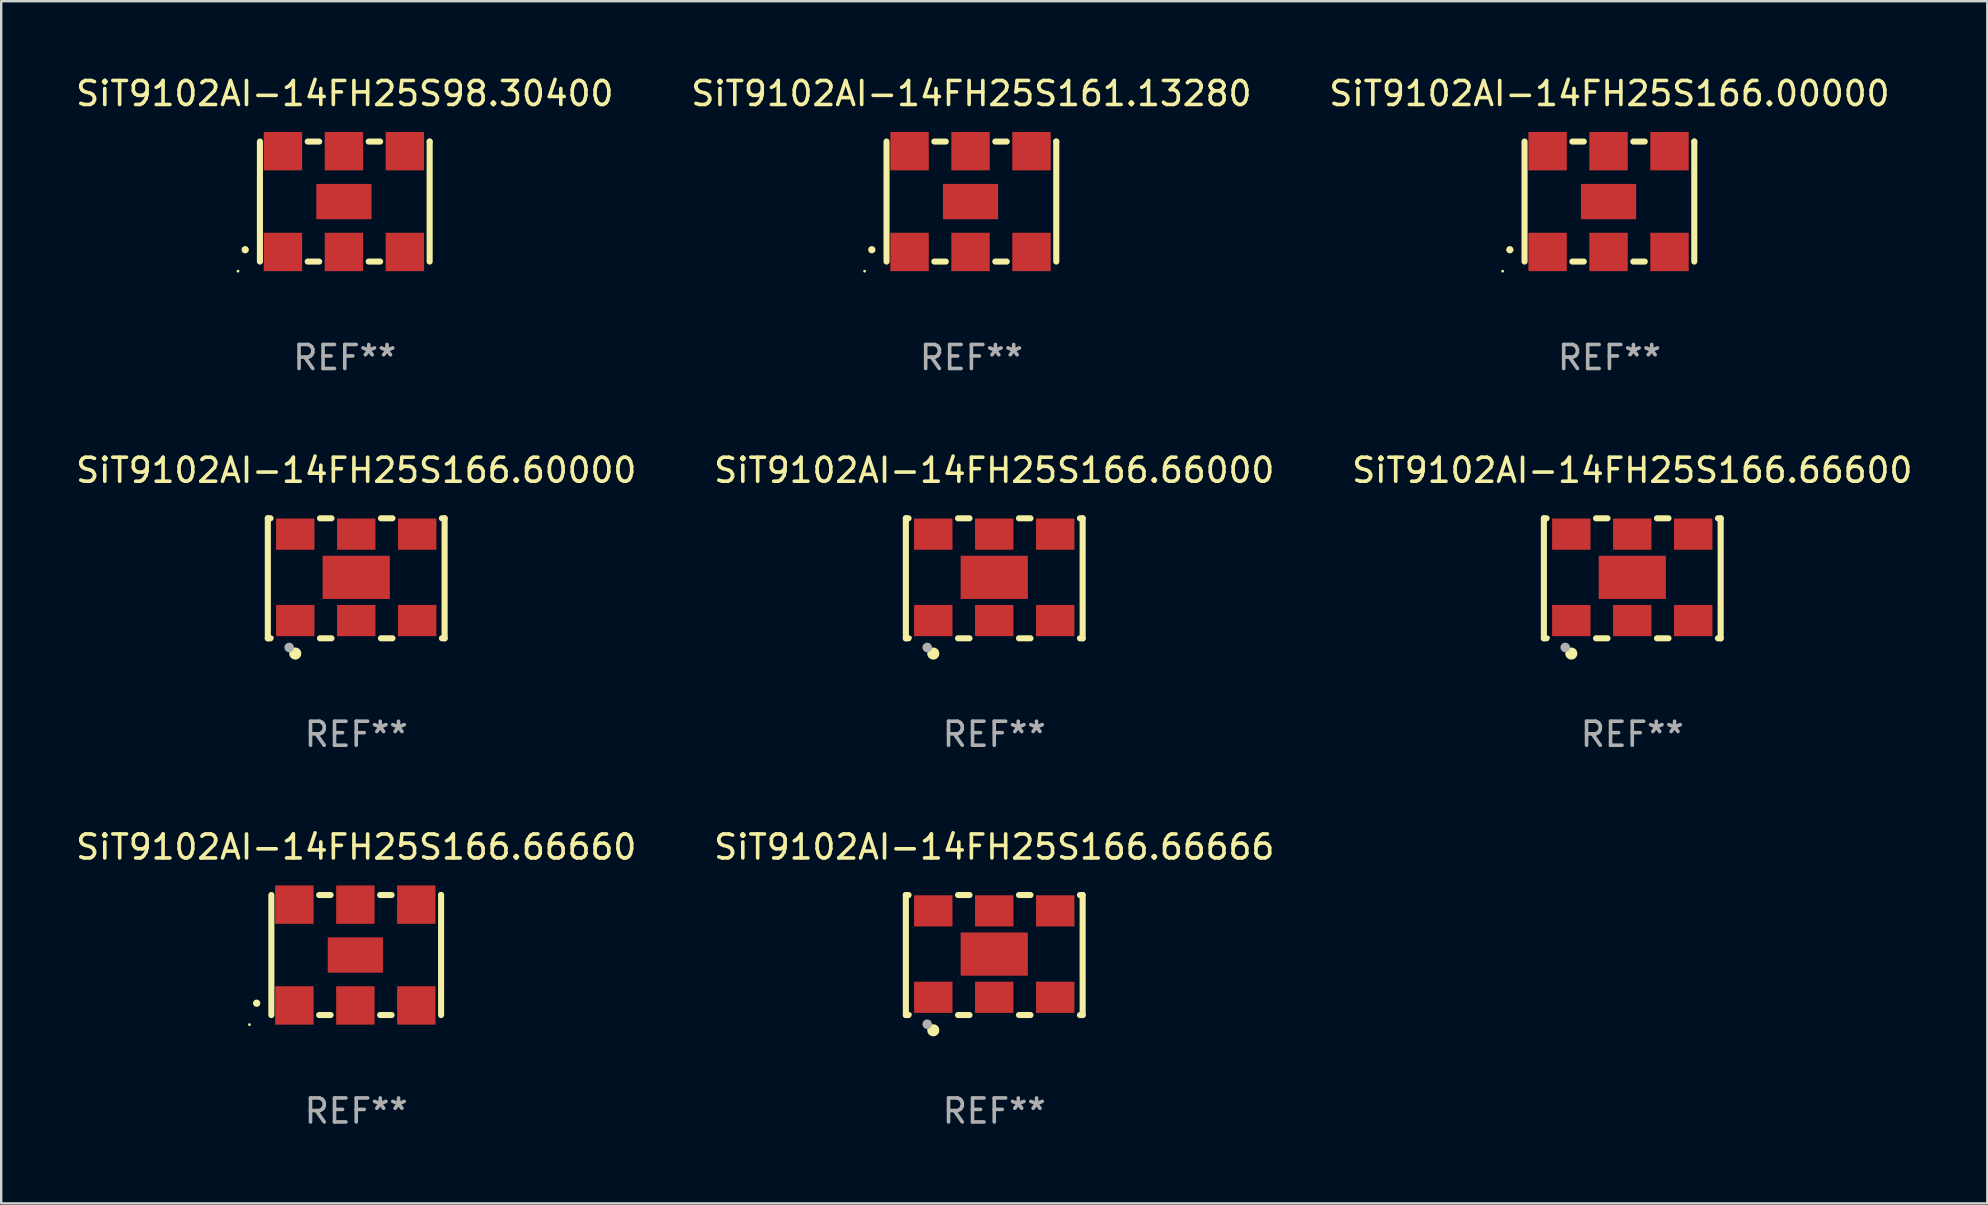
<source format=kicad_pcb>
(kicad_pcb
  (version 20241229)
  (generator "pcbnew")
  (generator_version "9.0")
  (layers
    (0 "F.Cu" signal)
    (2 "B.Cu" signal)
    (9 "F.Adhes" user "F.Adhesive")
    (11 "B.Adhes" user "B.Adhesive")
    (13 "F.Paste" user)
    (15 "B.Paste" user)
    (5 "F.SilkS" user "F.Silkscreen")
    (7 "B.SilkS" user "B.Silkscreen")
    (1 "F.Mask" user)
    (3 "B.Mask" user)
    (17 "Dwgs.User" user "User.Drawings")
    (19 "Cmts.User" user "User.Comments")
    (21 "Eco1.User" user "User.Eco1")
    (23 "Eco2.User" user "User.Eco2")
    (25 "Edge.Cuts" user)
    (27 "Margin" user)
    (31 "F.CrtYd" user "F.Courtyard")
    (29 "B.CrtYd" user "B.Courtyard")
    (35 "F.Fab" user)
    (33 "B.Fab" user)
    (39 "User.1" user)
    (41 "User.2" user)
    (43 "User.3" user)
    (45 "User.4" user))
  (footprint "SiT9102AI-14FH25S166.00000"
    (layer "F.Cu")
    (at 64.006 5.348)
    (property "Reference" "SiT9102AI-14FH25S166.00000" (at 0 -4.5 0) (layer "F.SilkS") (effects (font (size 1 1) (thickness 0.15))))
    (attr through_hole)
    (fp_line (start -3.536 -2.5) (end -3.536 2.5) (stroke (width 0.254) (type solid)) (layer "F.SilkS"))
    (fp_line (start -1.544 2.5) (end -1.067 2.5) (stroke (width 0.254) (type solid)) (layer "F.SilkS"))
    (fp_line (start -1.067 -2.5) (end -1.544 -2.5) (stroke (width 0.254) (type solid)) (layer "F.SilkS"))
    (fp_line (start 0.996 2.5) (end 1.473 2.5) (stroke (width 0.254) (type solid)) (layer "F.SilkS"))
    (fp_line (start 1.473 -2.5) (end 0.996 -2.5) (stroke (width 0.254) (type solid)) (layer "F.SilkS"))
    (fp_line (start 3.536 -2.5) (end 3.536 -2.5) (stroke (width 0.254) (type solid)) (layer "F.SilkS"))
    (fp_line (start 3.536 2.5) (end 3.536 -2.5) (stroke (width 0.254) (type solid)) (layer "F.SilkS"))
    (fp_arc (start -4.150432 2.006604) (mid -4.149162 2.006599) (end -4.147892 2.006604) (stroke (width 0.3) (type solid)) (layer "F.SilkS"))
    (fp_circle (center -4.449 2.9) (end -4.419 2.9) (stroke (width 0.06) (type solid)) (fill no) (layer "F.SilkS"))
    (fp_text user "REF**" (at 0 6.5 0) (layer "F.Fab") (effects (font (size 1 1) (thickness 0.15))))
    (pad "1" smd rect (at -2.576 2.1) (size 1.6 1.6) (layers "F.Cu" "F.Mask" "F.Paste"))
    (pad "2" smd rect (at -0.036 2.1) (size 1.6 1.6) (layers "F.Cu" "F.Mask" "F.Paste"))
    (pad "3" smd rect (at 2.504 2.1) (size 1.6 1.6) (layers "F.Cu" "F.Mask" "F.Paste"))
    (pad "4" smd rect (at 2.504 -2.1) (size 1.6 1.6) (layers "F.Cu" "F.Mask" "F.Paste"))
    (pad "5" smd rect (at -0.036 -2.1) (size 1.6 1.6) (layers "F.Cu" "F.Mask" "F.Paste"))
    (pad "6" smd rect (at -2.576 -2.1) (size 1.6 1.6) (layers "F.Cu" "F.Mask" "F.Paste"))
    (pad "7" smd rect (at -0.036 0) (size 2.3 1.47) (layers "F.Cu" "F.Mask" "F.Paste")))
  (footprint "SiT9102AI-14FH25S98.30400"
    (layer "F.Cu")
    (at 11.315 5.348)
    (property "Reference" "SiT9102AI-14FH25S98.30400" (at 0 -4.5 0) (layer "F.SilkS") (effects (font (size 1 1) (thickness 0.15))))
    (attr through_hole)
    (fp_line (start -3.536 -2.5) (end -3.536 2.5) (stroke (width 0.254) (type solid)) (layer "F.SilkS"))
    (fp_line (start -1.544 2.5) (end -1.067 2.5) (stroke (width 0.254) (type solid)) (layer "F.SilkS"))
    (fp_line (start -1.067 -2.5) (end -1.544 -2.5) (stroke (width 0.254) (type solid)) (layer "F.SilkS"))
    (fp_line (start 0.996 2.5) (end 1.473 2.5) (stroke (width 0.254) (type solid)) (layer "F.SilkS"))
    (fp_line (start 1.473 -2.5) (end 0.996 -2.5) (stroke (width 0.254) (type solid)) (layer "F.SilkS"))
    (fp_line (start 3.536 -2.5) (end 3.536 -2.5) (stroke (width 0.254) (type solid)) (layer "F.SilkS"))
    (fp_line (start 3.536 2.5) (end 3.536 -2.5) (stroke (width 0.254) (type solid)) (layer "F.SilkS"))
    (fp_arc (start -4.150432 2.006604) (mid -4.149162 2.006599) (end -4.147892 2.006604) (stroke (width 0.3) (type solid)) (layer "F.SilkS"))
    (fp_circle (center -4.449 2.9) (end -4.419 2.9) (stroke (width 0.06) (type solid)) (fill no) (layer "F.SilkS"))
    (fp_text user "REF**" (at 0 6.5 0) (layer "F.Fab") (effects (font (size 1 1) (thickness 0.15))))
    (pad "1" smd rect (at -2.576 2.1) (size 1.6 1.6) (layers "F.Cu" "F.Mask" "F.Paste"))
    (pad "2" smd rect (at -0.036 2.1) (size 1.6 1.6) (layers "F.Cu" "F.Mask" "F.Paste"))
    (pad "3" smd rect (at 2.504 2.1) (size 1.6 1.6) (layers "F.Cu" "F.Mask" "F.Paste"))
    (pad "4" smd rect (at 2.504 -2.1) (size 1.6 1.6) (layers "F.Cu" "F.Mask" "F.Paste"))
    (pad "5" smd rect (at -0.036 -2.1) (size 1.6 1.6) (layers "F.Cu" "F.Mask" "F.Paste"))
    (pad "6" smd rect (at -2.576 -2.1) (size 1.6 1.6) (layers "F.Cu" "F.Mask" "F.Paste"))
    (pad "7" smd rect (at -0.036 0) (size 2.3 1.47) (layers "F.Cu" "F.Mask" "F.Paste")))
  (footprint "SiT9102AI-14FH25S166.60000"
    (layer "F.Cu")
    (at 11.792 21.045)
    (property "Reference" "SiT9102AI-14FH25S166.60000" (at 0 -4.5 0) (layer "F.SilkS") (effects (font (size 1 1) (thickness 0.15))))
    (attr through_hole)
    (fp_line (start -3.683 -2.5) (end -3.571 -2.5) (stroke (width 0.254) (type solid)) (layer "F.SilkS"))
    (fp_line (start -3.683 2.5) (end -3.683 -2.5) (stroke (width 0.254) (type solid)) (layer "F.SilkS"))
    (fp_line (start -3.683 2.5) (end -3.571 2.5) (stroke (width 0.254) (type solid)) (layer "F.SilkS"))
    (fp_line (start -1.509 -2.5) (end -1.031 -2.5) (stroke (width 0.254) (type solid)) (layer "F.SilkS"))
    (fp_line (start -1.509 2.5) (end -1.031 2.5) (stroke (width 0.254) (type solid)) (layer "F.SilkS"))
    (fp_line (start 1.031 -2.5) (end 1.509 -2.5) (stroke (width 0.254) (type solid)) (layer "F.SilkS"))
    (fp_line (start 1.031 2.5) (end 1.509 2.5) (stroke (width 0.254) (type solid)) (layer "F.SilkS"))
    (fp_line (start 3.571 -2.5) (end 3.683 -2.5) (stroke (width 0.254) (type solid)) (layer "F.SilkS"))
    (fp_line (start 3.571 2.5) (end 3.683 2.5) (stroke (width 0.254) (type solid)) (layer "F.SilkS"))
    (fp_line (start 3.683 2.5) (end 3.683 -2.5) (stroke (width 0.254) (type solid)) (layer "F.SilkS"))
    (fp_circle (center -3.5 2.46) (end -3.47 2.46) (stroke (width 0.06) (type solid)) (fill no) (layer "F.SilkS"))
    (fp_circle (center -2.54 3.135) (end -2.413 3.135) (stroke (width 0.254) (type solid)) (fill no) (layer "F.SilkS"))
    (fp_circle (center -2.794 2.881) (end -2.694 2.881) (stroke (width 0.2) (type solid)) (fill no) (layer "F.Fab"))
    (fp_text user "REF**" (at 0 6.5 0) (layer "F.Fab") (effects (font (size 1 1) (thickness 0.15))))
    (pad "1" smd rect (at -2.54 1.76) (size 1.6 1.3) (layers "F.Cu" "F.Mask" "F.Paste"))
    (pad "2" smd rect (at 0 1.76) (size 1.6 1.3) (layers "F.Cu" "F.Mask" "F.Paste"))
    (pad "3" smd rect (at 2.54 1.76) (size 1.6 1.3) (layers "F.Cu" "F.Mask" "F.Paste"))
    (pad "4" smd rect (at 2.54 -1.84) (size 1.6 1.3) (layers "F.Cu" "F.Mask" "F.Paste"))
    (pad "5" smd rect (at 0 -1.84) (size 1.6 1.3) (layers "F.Cu" "F.Mask" "F.Paste"))
    (pad "6" smd rect (at -2.54 -1.84) (size 1.6 1.3) (layers "F.Cu" "F.Mask" "F.Paste"))
    (pad "7" smd rect (at 0 -0.04) (size 2.8 1.8) (layers "F.Cu" "F.Mask" "F.Paste")))
  (footprint "SiT9102AI-14FH25S166.66000"
    (layer "F.Cu")
    (at 38.375 21.045)
    (property "Reference" "SiT9102AI-14FH25S166.66000" (at 0 -4.5 0) (layer "F.SilkS") (effects (font (size 1 1) (thickness 0.15))))
    (attr through_hole)
    (fp_line (start -3.683 -2.5) (end -3.571 -2.5) (stroke (width 0.254) (type solid)) (layer "F.SilkS"))
    (fp_line (start -3.683 2.5) (end -3.683 -2.5) (stroke (width 0.254) (type solid)) (layer "F.SilkS"))
    (fp_line (start -3.683 2.5) (end -3.571 2.5) (stroke (width 0.254) (type solid)) (layer "F.SilkS"))
    (fp_line (start -1.509 -2.5) (end -1.031 -2.5) (stroke (width 0.254) (type solid)) (layer "F.SilkS"))
    (fp_line (start -1.509 2.5) (end -1.031 2.5) (stroke (width 0.254) (type solid)) (layer "F.SilkS"))
    (fp_line (start 1.031 -2.5) (end 1.509 -2.5) (stroke (width 0.254) (type solid)) (layer "F.SilkS"))
    (fp_line (start 1.031 2.5) (end 1.509 2.5) (stroke (width 0.254) (type solid)) (layer "F.SilkS"))
    (fp_line (start 3.571 -2.5) (end 3.683 -2.5) (stroke (width 0.254) (type solid)) (layer "F.SilkS"))
    (fp_line (start 3.571 2.5) (end 3.683 2.5) (stroke (width 0.254) (type solid)) (layer "F.SilkS"))
    (fp_line (start 3.683 2.5) (end 3.683 -2.5) (stroke (width 0.254) (type solid)) (layer "F.SilkS"))
    (fp_circle (center -3.5 2.46) (end -3.47 2.46) (stroke (width 0.06) (type solid)) (fill no) (layer "F.SilkS"))
    (fp_circle (center -2.54 3.135) (end -2.413 3.135) (stroke (width 0.254) (type solid)) (fill no) (layer "F.SilkS"))
    (fp_circle (center -2.794 2.881) (end -2.694 2.881) (stroke (width 0.2) (type solid)) (fill no) (layer "F.Fab"))
    (fp_text user "REF**" (at 0 6.5 0) (layer "F.Fab") (effects (font (size 1 1) (thickness 0.15))))
    (pad "1" smd rect (at -2.54 1.76) (size 1.6 1.3) (layers "F.Cu" "F.Mask" "F.Paste"))
    (pad "2" smd rect (at 0 1.76) (size 1.6 1.3) (layers "F.Cu" "F.Mask" "F.Paste"))
    (pad "3" smd rect (at 2.54 1.76) (size 1.6 1.3) (layers "F.Cu" "F.Mask" "F.Paste"))
    (pad "4" smd rect (at 2.54 -1.84) (size 1.6 1.3) (layers "F.Cu" "F.Mask" "F.Paste"))
    (pad "5" smd rect (at 0 -1.84) (size 1.6 1.3) (layers "F.Cu" "F.Mask" "F.Paste"))
    (pad "6" smd rect (at -2.54 -1.84) (size 1.6 1.3) (layers "F.Cu" "F.Mask" "F.Paste"))
    (pad "7" smd rect (at 0 -0.04) (size 2.8 1.8) (layers "F.Cu" "F.Mask" "F.Paste")))
  (footprint "SiT9102AI-14FH25S166.66600"
    (layer "F.Cu")
    (at 64.958 21.045)
    (property "Reference" "SiT9102AI-14FH25S166.66600" (at 0 -4.5 0) (layer "F.SilkS") (effects (font (size 1 1) (thickness 0.15))))
    (attr through_hole)
    (fp_line (start -3.683 -2.5) (end -3.571 -2.5) (stroke (width 0.254) (type solid)) (layer "F.SilkS"))
    (fp_line (start -3.683 2.5) (end -3.683 -2.5) (stroke (width 0.254) (type solid)) (layer "F.SilkS"))
    (fp_line (start -3.683 2.5) (end -3.571 2.5) (stroke (width 0.254) (type solid)) (layer "F.SilkS"))
    (fp_line (start -1.509 -2.5) (end -1.031 -2.5) (stroke (width 0.254) (type solid)) (layer "F.SilkS"))
    (fp_line (start -1.509 2.5) (end -1.031 2.5) (stroke (width 0.254) (type solid)) (layer "F.SilkS"))
    (fp_line (start 1.031 -2.5) (end 1.509 -2.5) (stroke (width 0.254) (type solid)) (layer "F.SilkS"))
    (fp_line (start 1.031 2.5) (end 1.509 2.5) (stroke (width 0.254) (type solid)) (layer "F.SilkS"))
    (fp_line (start 3.571 -2.5) (end 3.683 -2.5) (stroke (width 0.254) (type solid)) (layer "F.SilkS"))
    (fp_line (start 3.571 2.5) (end 3.683 2.5) (stroke (width 0.254) (type solid)) (layer "F.SilkS"))
    (fp_line (start 3.683 2.5) (end 3.683 -2.5) (stroke (width 0.254) (type solid)) (layer "F.SilkS"))
    (fp_circle (center -3.5 2.46) (end -3.47 2.46) (stroke (width 0.06) (type solid)) (fill no) (layer "F.SilkS"))
    (fp_circle (center -2.54 3.135) (end -2.413 3.135) (stroke (width 0.254) (type solid)) (fill no) (layer "F.SilkS"))
    (fp_circle (center -2.794 2.881) (end -2.694 2.881) (stroke (width 0.2) (type solid)) (fill no) (layer "F.Fab"))
    (fp_text user "REF**" (at 0 6.5 0) (layer "F.Fab") (effects (font (size 1 1) (thickness 0.15))))
    (pad "1" smd rect (at -2.54 1.76) (size 1.6 1.3) (layers "F.Cu" "F.Mask" "F.Paste"))
    (pad "2" smd rect (at 0 1.76) (size 1.6 1.3) (layers "F.Cu" "F.Mask" "F.Paste"))
    (pad "3" smd rect (at 2.54 1.76) (size 1.6 1.3) (layers "F.Cu" "F.Mask" "F.Paste"))
    (pad "4" smd rect (at 2.54 -1.84) (size 1.6 1.3) (layers "F.Cu" "F.Mask" "F.Paste"))
    (pad "5" smd rect (at 0 -1.84) (size 1.6 1.3) (layers "F.Cu" "F.Mask" "F.Paste"))
    (pad "6" smd rect (at -2.54 -1.84) (size 1.6 1.3) (layers "F.Cu" "F.Mask" "F.Paste"))
    (pad "7" smd rect (at 0 -0.04) (size 2.8 1.8) (layers "F.Cu" "F.Mask" "F.Paste")))
  (footprint "SiT9102AI-14FH25S166.66660"
    (layer "F.Cu")
    (at 11.792 36.741)
    (property "Reference" "SiT9102AI-14FH25S166.66660" (at 0 -4.5 0) (layer "F.SilkS") (effects (font (size 1 1) (thickness 0.15))))
    (attr through_hole)
    (fp_line (start -3.536 -2.5) (end -3.536 2.5) (stroke (width 0.254) (type solid)) (layer "F.SilkS"))
    (fp_line (start -1.544 2.5) (end -1.067 2.5) (stroke (width 0.254) (type solid)) (layer "F.SilkS"))
    (fp_line (start -1.067 -2.5) (end -1.544 -2.5) (stroke (width 0.254) (type solid)) (layer "F.SilkS"))
    (fp_line (start 0.996 2.5) (end 1.473 2.5) (stroke (width 0.254) (type solid)) (layer "F.SilkS"))
    (fp_line (start 1.473 -2.5) (end 0.996 -2.5) (stroke (width 0.254) (type solid)) (layer "F.SilkS"))
    (fp_line (start 3.536 -2.5) (end 3.536 -2.5) (stroke (width 0.254) (type solid)) (layer "F.SilkS"))
    (fp_line (start 3.536 2.5) (end 3.536 -2.5) (stroke (width 0.254) (type solid)) (layer "F.SilkS"))
    (fp_arc (start -4.150432 2.006604) (mid -4.149162 2.006599) (end -4.147892 2.006604) (stroke (width 0.3) (type solid)) (layer "F.SilkS"))
    (fp_circle (center -4.449 2.9) (end -4.419 2.9) (stroke (width 0.06) (type solid)) (fill no) (layer "F.SilkS"))
    (fp_text user "REF**" (at 0 6.5 0) (layer "F.Fab") (effects (font (size 1 1) (thickness 0.15))))
    (pad "1" smd rect (at -2.576 2.1) (size 1.6 1.6) (layers "F.Cu" "F.Mask" "F.Paste"))
    (pad "2" smd rect (at -0.036 2.1) (size 1.6 1.6) (layers "F.Cu" "F.Mask" "F.Paste"))
    (pad "3" smd rect (at 2.504 2.1) (size 1.6 1.6) (layers "F.Cu" "F.Mask" "F.Paste"))
    (pad "4" smd rect (at 2.504 -2.1) (size 1.6 1.6) (layers "F.Cu" "F.Mask" "F.Paste"))
    (pad "5" smd rect (at -0.036 -2.1) (size 1.6 1.6) (layers "F.Cu" "F.Mask" "F.Paste"))
    (pad "6" smd rect (at -2.576 -2.1) (size 1.6 1.6) (layers "F.Cu" "F.Mask" "F.Paste"))
    (pad "7" smd rect (at -0.036 0) (size 2.3 1.47) (layers "F.Cu" "F.Mask" "F.Paste")))
  (footprint "SiT9102AI-14FH25S161.13280"
    (layer "F.Cu")
    (at 37.423 5.348)
    (property "Reference" "SiT9102AI-14FH25S161.13280" (at 0 -4.5 0) (layer "F.SilkS") (effects (font (size 1 1) (thickness 0.15))))
    (attr through_hole)
    (fp_line (start -3.536 -2.5) (end -3.536 2.5) (stroke (width 0.254) (type solid)) (layer "F.SilkS"))
    (fp_line (start -1.544 2.5) (end -1.067 2.5) (stroke (width 0.254) (type solid)) (layer "F.SilkS"))
    (fp_line (start -1.067 -2.5) (end -1.544 -2.5) (stroke (width 0.254) (type solid)) (layer "F.SilkS"))
    (fp_line (start 0.996 2.5) (end 1.473 2.5) (stroke (width 0.254) (type solid)) (layer "F.SilkS"))
    (fp_line (start 1.473 -2.5) (end 0.996 -2.5) (stroke (width 0.254) (type solid)) (layer "F.SilkS"))
    (fp_line (start 3.536 -2.5) (end 3.536 -2.5) (stroke (width 0.254) (type solid)) (layer "F.SilkS"))
    (fp_line (start 3.536 2.5) (end 3.536 -2.5) (stroke (width 0.254) (type solid)) (layer "F.SilkS"))
    (fp_arc (start -4.150432 2.006604) (mid -4.149162 2.006599) (end -4.147892 2.006604) (stroke (width 0.3) (type solid)) (layer "F.SilkS"))
    (fp_circle (center -4.449 2.9) (end -4.419 2.9) (stroke (width 0.06) (type solid)) (fill no) (layer "F.SilkS"))
    (fp_text user "REF**" (at 0 6.5 0) (layer "F.Fab") (effects (font (size 1 1) (thickness 0.15))))
    (pad "1" smd rect (at -2.576 2.1) (size 1.6 1.6) (layers "F.Cu" "F.Mask" "F.Paste"))
    (pad "2" smd rect (at -0.036 2.1) (size 1.6 1.6) (layers "F.Cu" "F.Mask" "F.Paste"))
    (pad "3" smd rect (at 2.504 2.1) (size 1.6 1.6) (layers "F.Cu" "F.Mask" "F.Paste"))
    (pad "4" smd rect (at 2.504 -2.1) (size 1.6 1.6) (layers "F.Cu" "F.Mask" "F.Paste"))
    (pad "5" smd rect (at -0.036 -2.1) (size 1.6 1.6) (layers "F.Cu" "F.Mask" "F.Paste"))
    (pad "6" smd rect (at -2.576 -2.1) (size 1.6 1.6) (layers "F.Cu" "F.Mask" "F.Paste"))
    (pad "7" smd rect (at -0.036 0) (size 2.3 1.47) (layers "F.Cu" "F.Mask" "F.Paste")))
  (footprint "SiT9102AI-14FH25S166.66666"
    (layer "F.Cu")
    (at 38.375 36.741)
    (property "Reference" "SiT9102AI-14FH25S166.66666" (at 0 -4.5 0) (layer "F.SilkS") (effects (font (size 1 1) (thickness 0.15))))
    (attr through_hole)
    (fp_line (start -3.683 -2.5) (end -3.571 -2.5) (stroke (width 0.254) (type solid)) (layer "F.SilkS"))
    (fp_line (start -3.683 2.5) (end -3.683 -2.5) (stroke (width 0.254) (type solid)) (layer "F.SilkS"))
    (fp_line (start -3.683 2.5) (end -3.571 2.5) (stroke (width 0.254) (type solid)) (layer "F.SilkS"))
    (fp_line (start -1.509 -2.5) (end -1.031 -2.5) (stroke (width 0.254) (type solid)) (layer "F.SilkS"))
    (fp_line (start -1.509 2.5) (end -1.031 2.5) (stroke (width 0.254) (type solid)) (layer "F.SilkS"))
    (fp_line (start 1.031 -2.5) (end 1.509 -2.5) (stroke (width 0.254) (type solid)) (layer "F.SilkS"))
    (fp_line (start 1.031 2.5) (end 1.509 2.5) (stroke (width 0.254) (type solid)) (layer "F.SilkS"))
    (fp_line (start 3.571 -2.5) (end 3.683 -2.5) (stroke (width 0.254) (type solid)) (layer "F.SilkS"))
    (fp_line (start 3.571 2.5) (end 3.683 2.5) (stroke (width 0.254) (type solid)) (layer "F.SilkS"))
    (fp_line (start 3.683 2.5) (end 3.683 -2.5) (stroke (width 0.254) (type solid)) (layer "F.SilkS"))
    (fp_circle (center -3.5 2.46) (end -3.47 2.46) (stroke (width 0.06) (type solid)) (fill no) (layer "F.SilkS"))
    (fp_circle (center -2.54 3.135) (end -2.413 3.135) (stroke (width 0.254) (type solid)) (fill no) (layer "F.SilkS"))
    (fp_circle (center -2.794 2.881) (end -2.694 2.881) (stroke (width 0.2) (type solid)) (fill no) (layer "F.Fab"))
    (fp_text user "REF**" (at 0 6.5 0) (layer "F.Fab") (effects (font (size 1 1) (thickness 0.15))))
    (pad "1" smd rect (at -2.54 1.76) (size 1.6 1.3) (layers "F.Cu" "F.Mask" "F.Paste"))
    (pad "2" smd rect (at 0 1.76) (size 1.6 1.3) (layers "F.Cu" "F.Mask" "F.Paste"))
    (pad "3" smd rect (at 2.54 1.76) (size 1.6 1.3) (layers "F.Cu" "F.Mask" "F.Paste"))
    (pad "4" smd rect (at 2.54 -1.84) (size 1.6 1.3) (layers "F.Cu" "F.Mask" "F.Paste"))
    (pad "5" smd rect (at 0 -1.84) (size 1.6 1.3) (layers "F.Cu" "F.Mask" "F.Paste"))
    (pad "6" smd rect (at -2.54 -1.84) (size 1.6 1.3) (layers "F.Cu" "F.Mask" "F.Paste"))
    (pad "7" smd rect (at 0 -0.04) (size 2.8 1.8) (layers "F.Cu" "F.Mask" "F.Paste")))
  (gr_rect
    (start -3 -3)
    (end 79.75 47.09)
    (stroke (width 0.1) (type default))
    (fill no)
    (layer "Edge.Cuts")))
</source>
